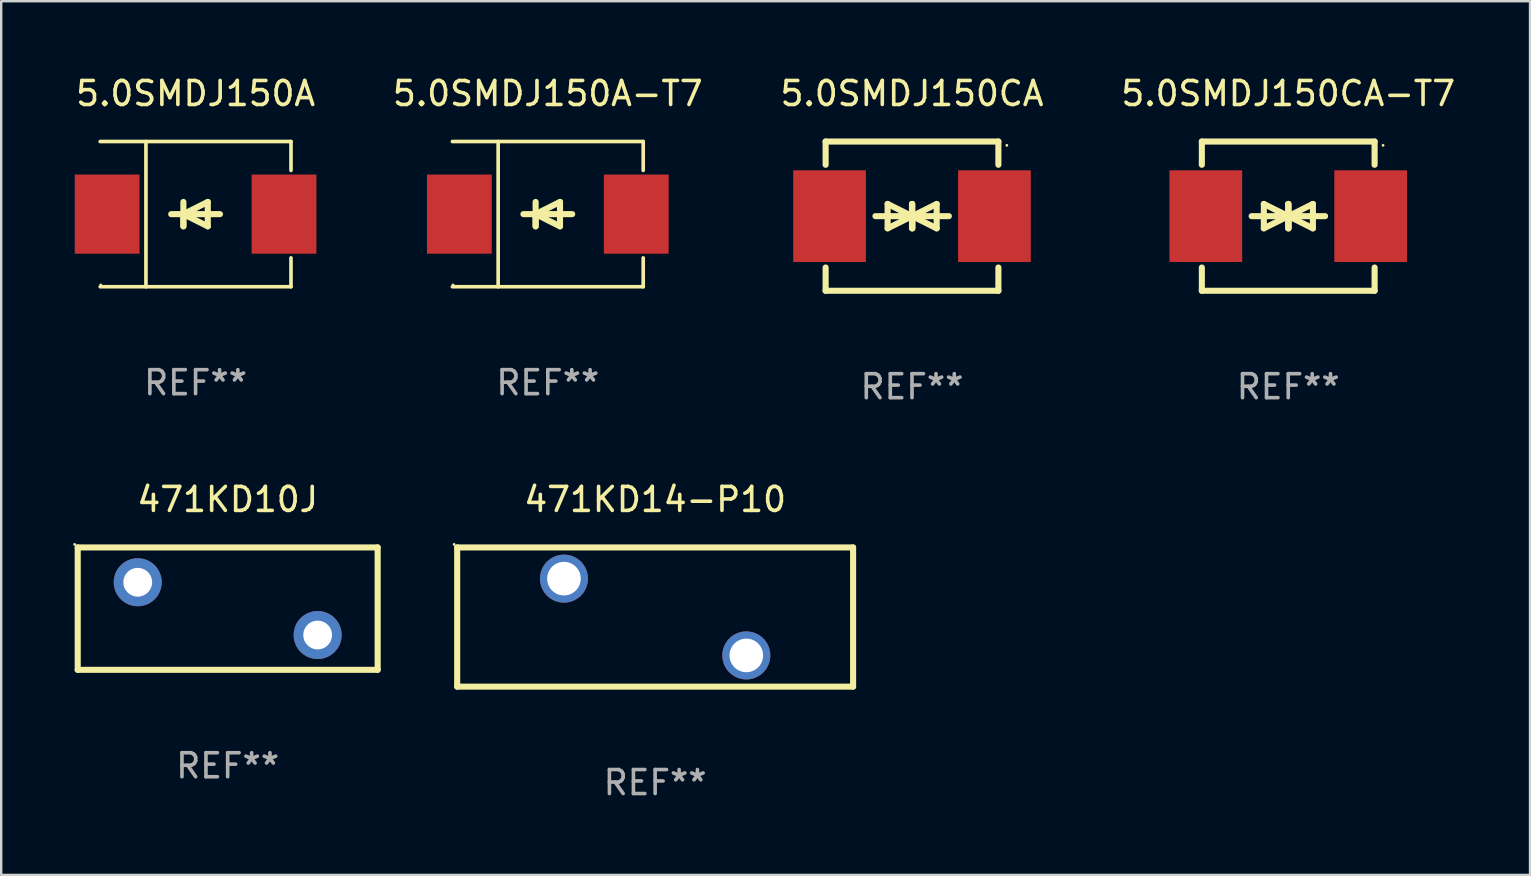
<source format=kicad_pcb>
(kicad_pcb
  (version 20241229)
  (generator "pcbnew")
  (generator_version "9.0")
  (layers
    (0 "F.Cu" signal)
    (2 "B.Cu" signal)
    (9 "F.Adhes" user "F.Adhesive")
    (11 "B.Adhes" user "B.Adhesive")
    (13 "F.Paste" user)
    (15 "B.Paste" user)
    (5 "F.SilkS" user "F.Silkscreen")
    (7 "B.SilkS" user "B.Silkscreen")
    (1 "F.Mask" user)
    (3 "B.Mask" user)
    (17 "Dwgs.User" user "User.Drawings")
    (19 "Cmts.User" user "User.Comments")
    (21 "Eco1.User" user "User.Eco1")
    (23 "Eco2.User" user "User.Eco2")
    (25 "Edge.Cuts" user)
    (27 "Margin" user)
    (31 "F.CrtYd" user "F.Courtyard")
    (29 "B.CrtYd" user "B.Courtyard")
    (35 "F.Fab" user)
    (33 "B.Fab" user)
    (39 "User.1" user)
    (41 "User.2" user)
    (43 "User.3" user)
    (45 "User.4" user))
  (footprint "471KD10J"
    (layer "F.Cu")
    (at 6.438 22.315)
    (property "Reference" "471KD10J" (at 0 -4.55 0) (layer "F.SilkS") (effects (font (size 1 1) (thickness 0.15))))
    (attr through_hole)
    (fp_line (start -6.249 -2.55) (end 6.251 -2.55) (stroke (width 0.254) (type solid)) (layer "F.SilkS"))
    (fp_line (start -6.249 2.55) (end -6.249 -2.55) (stroke (width 0.254) (type solid)) (layer "F.SilkS"))
    (fp_line (start 6.251 -2.55) (end 6.251 2.55) (stroke (width 0.254) (type solid)) (layer "F.SilkS"))
    (fp_line (start 6.251 2.55) (end -6.251 2.55) (stroke (width 0.254) (type solid)) (layer "F.SilkS"))
    (fp_circle (center -6.378 -2.677) (end -6.348 -2.677) (stroke (width 0.06) (type solid)) (fill no) (layer "F.SilkS"))
    (fp_text user "REF**" (at 0 6.55 0) (layer "F.Fab") (effects (font (size 1 1) (thickness 0.15))))
    (pad "1" thru_hole circle (at -3.748 -1.1) (size 2 2) (drill 1.2) (layers "*.Cu" "*.Mask"))
    (pad "2" thru_hole circle (at 3.75 1.1) (size 2 2) (drill 1.2) (layers "*.Cu" "*.Mask")))
  (footprint "5.0SMDJ150A"
    (layer "F.Cu")
    (at 5.101 5.874)
    (property "Reference" "5.0SMDJ150A" (at 0 -5.026 0) (layer "F.SilkS") (effects (font (size 1 1) (thickness 0.15))))
    (attr through_hole)
    (fp_line (start -3.976 -3.026) (end 3.976 -3.026) (stroke (width 0.152) (type solid)) (layer "F.SilkS"))
    (fp_line (start -3.976 3.026) (end 3.976 3.026) (stroke (width 0.152) (type solid)) (layer "F.SilkS"))
    (fp_line (start -2.069 -3.026) (end -2.069 3.026) (stroke (width 0.152) (type solid)) (layer "F.SilkS"))
    (fp_line (start -0.508 0) (end -0.508 0.508) (stroke (width 0.254) (type solid)) (layer "F.SilkS"))
    (fp_line (start -0.508 0) (end 0.508 0.508) (stroke (width 0.254) (type solid)) (layer "F.SilkS"))
    (fp_line (start -0.508 0.508) (end -0.508 -0.508) (stroke (width 0.254) (type solid)) (layer "F.SilkS"))
    (fp_line (start 0.508 -0.508) (end -0.508 0) (stroke (width 0.254) (type solid)) (layer "F.SilkS"))
    (fp_line (start 0.508 0.508) (end 0.508 -0.508) (stroke (width 0.254) (type solid)) (layer "F.SilkS"))
    (fp_line (start 1.016 0) (end -1.016 0) (stroke (width 0.254) (type solid)) (layer "F.SilkS"))
    (fp_line (start 3.976 -3.026) (end 3.976 -1.823) (stroke (width 0.152) (type solid)) (layer "F.SilkS"))
    (fp_line (start 3.976 3.026) (end 3.976 1.823) (stroke (width 0.152) (type solid)) (layer "F.SilkS"))
    (fp_circle (center -3.95 2.95) (end -3.92 2.95) (stroke (width 0.06) (type solid)) (fill no) (layer "F.SilkS"))
    (fp_text user "REF**" (at 0 7.026 0) (layer "F.Fab") (effects (font (size 1 1) (thickness 0.15))))
    (pad "1" smd rect (at -3.686 0) (size 2.7 3.3) (layers "F.Cu" "F.Mask" "F.Paste"))
    (pad "2" smd rect (at 3.686 0) (size 2.7 3.3) (layers "F.Cu" "F.Mask" "F.Paste")))
  (footprint "5.0SMDJ150CA"
    (layer "F.Cu")
    (at 34.958 5.958)
    (property "Reference" "5.0SMDJ150CA" (at 0 -5.11 0) (layer "F.SilkS") (effects (font (size 1 1) (thickness 0.15))))
    (attr through_hole)
    (fp_line (start -3.6 -2.141) (end -3.6 -3.11) (stroke (width 0.254) (type solid)) (layer "F.SilkS"))
    (fp_line (start -3.6 3.11) (end -3.6 2.141) (stroke (width 0.254) (type solid)) (layer "F.SilkS"))
    (fp_line (start -1.524 0) (end 0.508 0) (stroke (width 0.254) (type solid)) (layer "F.SilkS"))
    (fp_line (start -1.016 -0.508) (end -1.016 0.508) (stroke (width 0.254) (type solid)) (layer "F.SilkS"))
    (fp_line (start -1.016 0.508) (end 0 0) (stroke (width 0.254) (type solid)) (layer "F.SilkS"))
    (fp_line (start 0 -0.508) (end 0 0.508) (stroke (width 0.254) (type solid)) (layer "F.SilkS"))
    (fp_line (start 0 0) (end -1.016 -0.508) (stroke (width 0.254) (type solid)) (layer "F.SilkS"))
    (fp_line (start 0 0) (end 0 -0.508) (stroke (width 0.254) (type solid)) (layer "F.SilkS"))
    (fp_line (start 0.012 0) (end 0.012 0.508) (stroke (width 0.254) (type solid)) (layer "F.SilkS"))
    (fp_line (start 0.012 0) (end 1.028 0.508) (stroke (width 0.254) (type solid)) (layer "F.SilkS"))
    (fp_line (start 0.012 0.508) (end 0.012 -0.508) (stroke (width 0.254) (type solid)) (layer "F.SilkS"))
    (fp_line (start 1.028 -0.508) (end 0.012 0) (stroke (width 0.254) (type solid)) (layer "F.SilkS"))
    (fp_line (start 1.028 0.508) (end 1.028 -0.508) (stroke (width 0.254) (type solid)) (layer "F.SilkS"))
    (fp_line (start 1.536 0) (end -0.496 0) (stroke (width 0.254) (type solid)) (layer "F.SilkS"))
    (fp_line (start 3.6 -3.11) (end -3.6 -3.11) (stroke (width 0.254) (type solid)) (layer "F.SilkS"))
    (fp_line (start 3.6 -2.141) (end 3.6 -3.11) (stroke (width 0.254) (type solid)) (layer "F.SilkS"))
    (fp_line (start 3.6 3.11) (end -3.6 3.11) (stroke (width 0.254) (type solid)) (layer "F.SilkS"))
    (fp_line (start 3.6 3.11) (end 3.6 2.141) (stroke (width 0.254) (type solid)) (layer "F.SilkS"))
    (fp_circle (center 3.952 -2.95) (end 3.982 -2.95) (stroke (width 0.06) (type solid)) (fill no) (layer "F.SilkS"))
    (fp_text user "REF**" (at 0 7.11 0) (layer "F.Fab") (effects (font (size 1 1) (thickness 0.15))))
    (pad "1" smd rect (at 3.435 0) (size 3.03 3.82) (layers "F.Cu" "F.Mask" "F.Paste"))
    (pad "2" smd rect (at -3.435 0) (size 3.03 3.82) (layers "F.Cu" "F.Mask" "F.Paste")))
  (footprint "5.0SMDJ150CA-T7"
    (layer "F.Cu")
    (at 50.637 5.958)
    (property "Reference" "5.0SMDJ150CA-T7" (at 0 -5.11 0) (layer "F.SilkS") (effects (font (size 1 1) (thickness 0.15))))
    (attr through_hole)
    (fp_line (start -3.6 -2.141) (end -3.6 -3.11) (stroke (width 0.254) (type solid)) (layer "F.SilkS"))
    (fp_line (start -3.6 3.11) (end -3.6 2.141) (stroke (width 0.254) (type solid)) (layer "F.SilkS"))
    (fp_line (start -1.524 0) (end 0.508 0) (stroke (width 0.254) (type solid)) (layer "F.SilkS"))
    (fp_line (start -1.016 -0.508) (end -1.016 0.508) (stroke (width 0.254) (type solid)) (layer "F.SilkS"))
    (fp_line (start -1.016 0.508) (end 0 0) (stroke (width 0.254) (type solid)) (layer "F.SilkS"))
    (fp_line (start 0 -0.508) (end 0 0.508) (stroke (width 0.254) (type solid)) (layer "F.SilkS"))
    (fp_line (start 0 0) (end -1.016 -0.508) (stroke (width 0.254) (type solid)) (layer "F.SilkS"))
    (fp_line (start 0 0) (end 0 -0.508) (stroke (width 0.254) (type solid)) (layer "F.SilkS"))
    (fp_line (start 0.012 0) (end 0.012 0.508) (stroke (width 0.254) (type solid)) (layer "F.SilkS"))
    (fp_line (start 0.012 0) (end 1.028 0.508) (stroke (width 0.254) (type solid)) (layer "F.SilkS"))
    (fp_line (start 0.012 0.508) (end 0.012 -0.508) (stroke (width 0.254) (type solid)) (layer "F.SilkS"))
    (fp_line (start 1.028 -0.508) (end 0.012 0) (stroke (width 0.254) (type solid)) (layer "F.SilkS"))
    (fp_line (start 1.028 0.508) (end 1.028 -0.508) (stroke (width 0.254) (type solid)) (layer "F.SilkS"))
    (fp_line (start 1.536 0) (end -0.496 0) (stroke (width 0.254) (type solid)) (layer "F.SilkS"))
    (fp_line (start 3.6 -3.11) (end -3.6 -3.11) (stroke (width 0.254) (type solid)) (layer "F.SilkS"))
    (fp_line (start 3.6 -2.141) (end 3.6 -3.11) (stroke (width 0.254) (type solid)) (layer "F.SilkS"))
    (fp_line (start 3.6 3.11) (end -3.6 3.11) (stroke (width 0.254) (type solid)) (layer "F.SilkS"))
    (fp_line (start 3.6 3.11) (end 3.6 2.141) (stroke (width 0.254) (type solid)) (layer "F.SilkS"))
    (fp_circle (center 3.952 -2.95) (end 3.982 -2.95) (stroke (width 0.06) (type solid)) (fill no) (layer "F.SilkS"))
    (fp_text user "REF**" (at 0 7.11 0) (layer "F.Fab") (effects (font (size 1 1) (thickness 0.15))))
    (pad "1" smd rect (at 3.435 0) (size 3.03 3.82) (layers "F.Cu" "F.Mask" "F.Paste"))
    (pad "2" smd rect (at -3.435 0) (size 3.03 3.82) (layers "F.Cu" "F.Mask" "F.Paste")))
  (footprint "5.0SMDJ150A-T7"
    (layer "F.Cu")
    (at 19.78 5.874)
    (property "Reference" "5.0SMDJ150A-T7" (at 0 -5.026 0) (layer "F.SilkS") (effects (font (size 1 1) (thickness 0.15))))
    (attr through_hole)
    (fp_line (start -3.976 -3.026) (end 3.976 -3.026) (stroke (width 0.152) (type solid)) (layer "F.SilkS"))
    (fp_line (start -3.976 3.026) (end 3.976 3.026) (stroke (width 0.152) (type solid)) (layer "F.SilkS"))
    (fp_line (start -2.069 -3.026) (end -2.069 3.026) (stroke (width 0.152) (type solid)) (layer "F.SilkS"))
    (fp_line (start -0.508 0) (end -0.508 0.508) (stroke (width 0.254) (type solid)) (layer "F.SilkS"))
    (fp_line (start -0.508 0) (end 0.508 0.508) (stroke (width 0.254) (type solid)) (layer "F.SilkS"))
    (fp_line (start -0.508 0.508) (end -0.508 -0.508) (stroke (width 0.254) (type solid)) (layer "F.SilkS"))
    (fp_line (start 0.508 -0.508) (end -0.508 0) (stroke (width 0.254) (type solid)) (layer "F.SilkS"))
    (fp_line (start 0.508 0.508) (end 0.508 -0.508) (stroke (width 0.254) (type solid)) (layer "F.SilkS"))
    (fp_line (start 1.016 0) (end -1.016 0) (stroke (width 0.254) (type solid)) (layer "F.SilkS"))
    (fp_line (start 3.976 -3.026) (end 3.976 -1.823) (stroke (width 0.152) (type solid)) (layer "F.SilkS"))
    (fp_line (start 3.976 3.026) (end 3.976 1.823) (stroke (width 0.152) (type solid)) (layer "F.SilkS"))
    (fp_circle (center -3.95 2.95) (end -3.92 2.95) (stroke (width 0.06) (type solid)) (fill no) (layer "F.SilkS"))
    (fp_text user "REF**" (at 0 7.026 0) (layer "F.Fab") (effects (font (size 1 1) (thickness 0.15))))
    (pad "1" smd rect (at -3.686 0) (size 2.7 3.3) (layers "F.Cu" "F.Mask" "F.Paste"))
    (pad "2" smd rect (at 3.686 0) (size 2.7 3.3) (layers "F.Cu" "F.Mask" "F.Paste")))
  (footprint "471KD14-P10"
    (layer "F.Cu")
    (at 24.253 22.665)
    (property "Reference" "471KD14-P10" (at 0 -4.9 0) (layer "F.SilkS") (effects (font (size 1 1) (thickness 0.15))))
    (attr through_hole)
    (fp_line (start -8.25 -2.9) (end -8.25 2.9) (stroke (width 0.254) (type solid)) (layer "F.SilkS"))
    (fp_line (start -8.25 -2.9) (end 8.25 -2.9) (stroke (width 0.254) (type solid)) (layer "F.SilkS"))
    (fp_line (start 8.25 -2.9) (end 8.25 2.9) (stroke (width 0.254) (type solid)) (layer "F.SilkS"))
    (fp_line (start 8.25 2.9) (end -8.25 2.9) (stroke (width 0.254) (type solid)) (layer "F.SilkS"))
    (fp_circle (center -8.377 -3.027) (end -8.347 -3.027) (stroke (width 0.06) (type solid)) (fill no) (layer "F.SilkS"))
    (fp_text user "REF**" (at 0 6.9 0) (layer "F.Fab") (effects (font (size 1 1) (thickness 0.15))))
    (pad "1" thru_hole circle (at -3.8 -1.6) (size 2 2) (drill 1.4) (layers "*.Cu" "*.Mask"))
    (pad "2" thru_hole circle (at 3.8 1.6) (size 2 2) (drill 1.4) (layers "*.Cu" "*.Mask")))
  (gr_rect
    (start -3 -3)
    (end 60.714 33.413)
    (stroke (width 0.1) (type default))
    (fill no)
    (layer "Edge.Cuts")))
</source>
